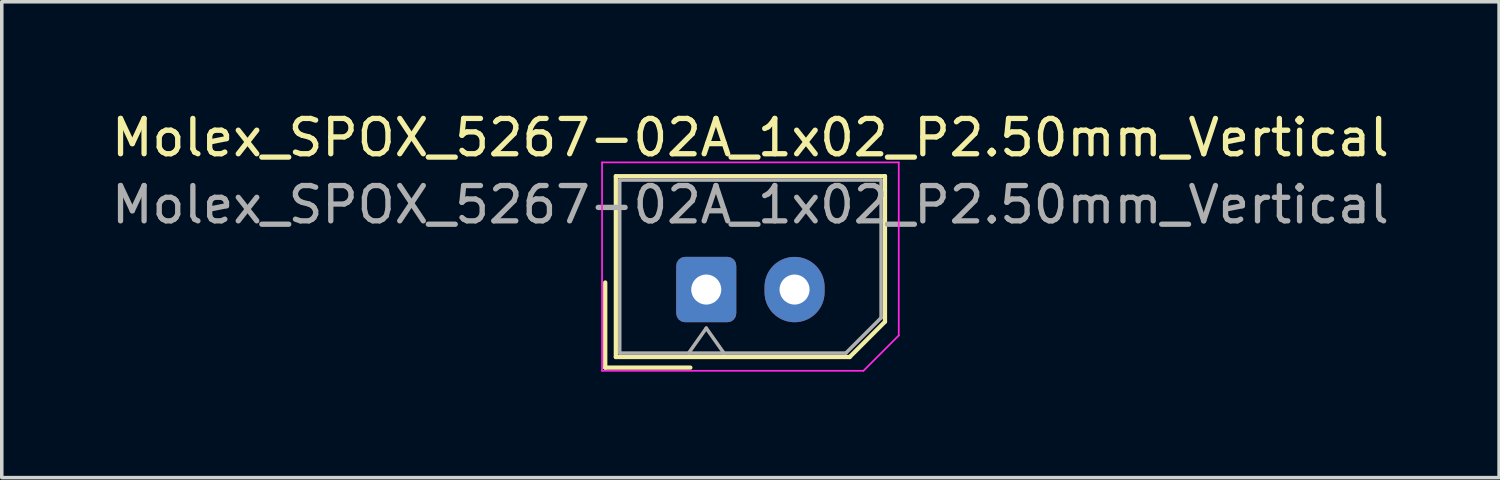
<source format=kicad_pcb>
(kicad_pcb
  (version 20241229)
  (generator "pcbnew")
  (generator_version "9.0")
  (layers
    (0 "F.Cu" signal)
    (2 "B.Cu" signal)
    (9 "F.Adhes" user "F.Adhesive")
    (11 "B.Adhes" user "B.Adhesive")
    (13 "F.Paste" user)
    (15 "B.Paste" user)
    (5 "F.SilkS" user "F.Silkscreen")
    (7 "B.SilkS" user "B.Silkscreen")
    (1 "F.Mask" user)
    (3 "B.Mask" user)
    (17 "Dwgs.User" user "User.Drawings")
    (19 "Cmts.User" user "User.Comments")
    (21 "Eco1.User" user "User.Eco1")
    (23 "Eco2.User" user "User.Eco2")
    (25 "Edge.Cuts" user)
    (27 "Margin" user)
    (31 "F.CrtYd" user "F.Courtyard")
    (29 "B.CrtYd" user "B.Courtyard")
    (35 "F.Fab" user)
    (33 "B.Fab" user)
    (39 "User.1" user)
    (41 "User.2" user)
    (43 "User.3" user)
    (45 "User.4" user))
  (footprint "Molex_SPOX_5267-02A_1x02_P2.50mm_Vertical"
    (layer "F.Cu")
    (at 16.946 5.148)
    (property "Reference" "Molex_SPOX_5267-02A_1x02_P2.50mm_Vertical" (at 1.25 -4.3 0) (layer "F.SilkS") (effects (font (size 1 1) (thickness 0.15))))
    (attr through_hole)
    (fp_line (start -2.86 -0.2) (end -2.86 2.21) (stroke (width 0.12) (type solid)) (layer "F.SilkS"))
    (fp_line (start -2.86 2.21) (end -0.45 2.21) (stroke (width 0.12) (type solid)) (layer "F.SilkS"))
    (fp_line (start -2.56 -3.21) (end -2.56 1.91) (stroke (width 0.12) (type solid)) (layer "F.SilkS"))
    (fp_line (start -2.56 1.91) (end 4.06 1.91) (stroke (width 0.12) (type solid)) (layer "F.SilkS"))
    (fp_line (start 4.06 1.91) (end 5.06 0.91) (stroke (width 0.12) (type solid)) (layer "F.SilkS"))
    (fp_line (start 5.06 -3.21) (end -2.56 -3.21) (stroke (width 0.12) (type solid)) (layer "F.SilkS"))
    (fp_line (start 5.06 0.91) (end 5.06 -3.21) (stroke (width 0.12) (type solid)) (layer "F.SilkS"))
    (fp_line (start -2.95 -3.6) (end -2.95 2.3) (stroke (width 0.05) (type solid)) (layer "F.CrtYd"))
    (fp_line (start -2.95 2.3) (end 4.45 2.3) (stroke (width 0.05) (type solid)) (layer "F.CrtYd"))
    (fp_line (start 4.45 2.3) (end 5.45 1.3) (stroke (width 0.05) (type solid)) (layer "F.CrtYd"))
    (fp_line (start 5.45 -3.6) (end -2.95 -3.6) (stroke (width 0.05) (type solid)) (layer "F.CrtYd"))
    (fp_line (start 5.45 1.3) (end 5.45 -3.6) (stroke (width 0.05) (type solid)) (layer "F.CrtYd"))
    (fp_line (start -2.45 -3.1) (end -2.45 1.8) (stroke (width 0.1) (type solid)) (layer "F.Fab"))
    (fp_line (start -2.45 1.8) (end 3.95 1.8) (stroke (width 0.1) (type solid)) (layer "F.Fab"))
    (fp_line (start -0.5 1.8) (end 0 1.093) (stroke (width 0.1) (type solid)) (layer "F.Fab"))
    (fp_line (start 0 1.093) (end 0.5 1.8) (stroke (width 0.1) (type solid)) (layer "F.Fab"))
    (fp_line (start 3.95 1.8) (end 4.95 0.8) (stroke (width 0.1) (type solid)) (layer "F.Fab"))
    (fp_line (start 4.95 -3.1) (end -2.45 -3.1) (stroke (width 0.1) (type solid)) (layer "F.Fab"))
    (fp_line (start 4.95 0.8) (end 4.95 -3.1) (stroke (width 0.1) (type solid)) (layer "F.Fab"))
    (fp_text user "${REFERENCE}" (at 1.25 -2.4 0) (layer "F.Fab") (effects (font (size 1 1) (thickness 0.15))))
    (pad "1" thru_hole roundrect (at 0 0) (size 1.7 1.85) (drill 0.85) (layers "*.Cu" "*.Mask") (roundrect_rratio 0.147))
    (pad "2" thru_hole oval (at 2.5 0) (size 1.7 1.85) (drill 0.85) (layers "*.Cu" "*.Mask")))
  (gr_rect
    (start -3 -3)
    (end 39.393 10.473)
    (stroke (width 0.1) (type default))
    (fill no)
    (layer "Edge.Cuts")))
</source>
